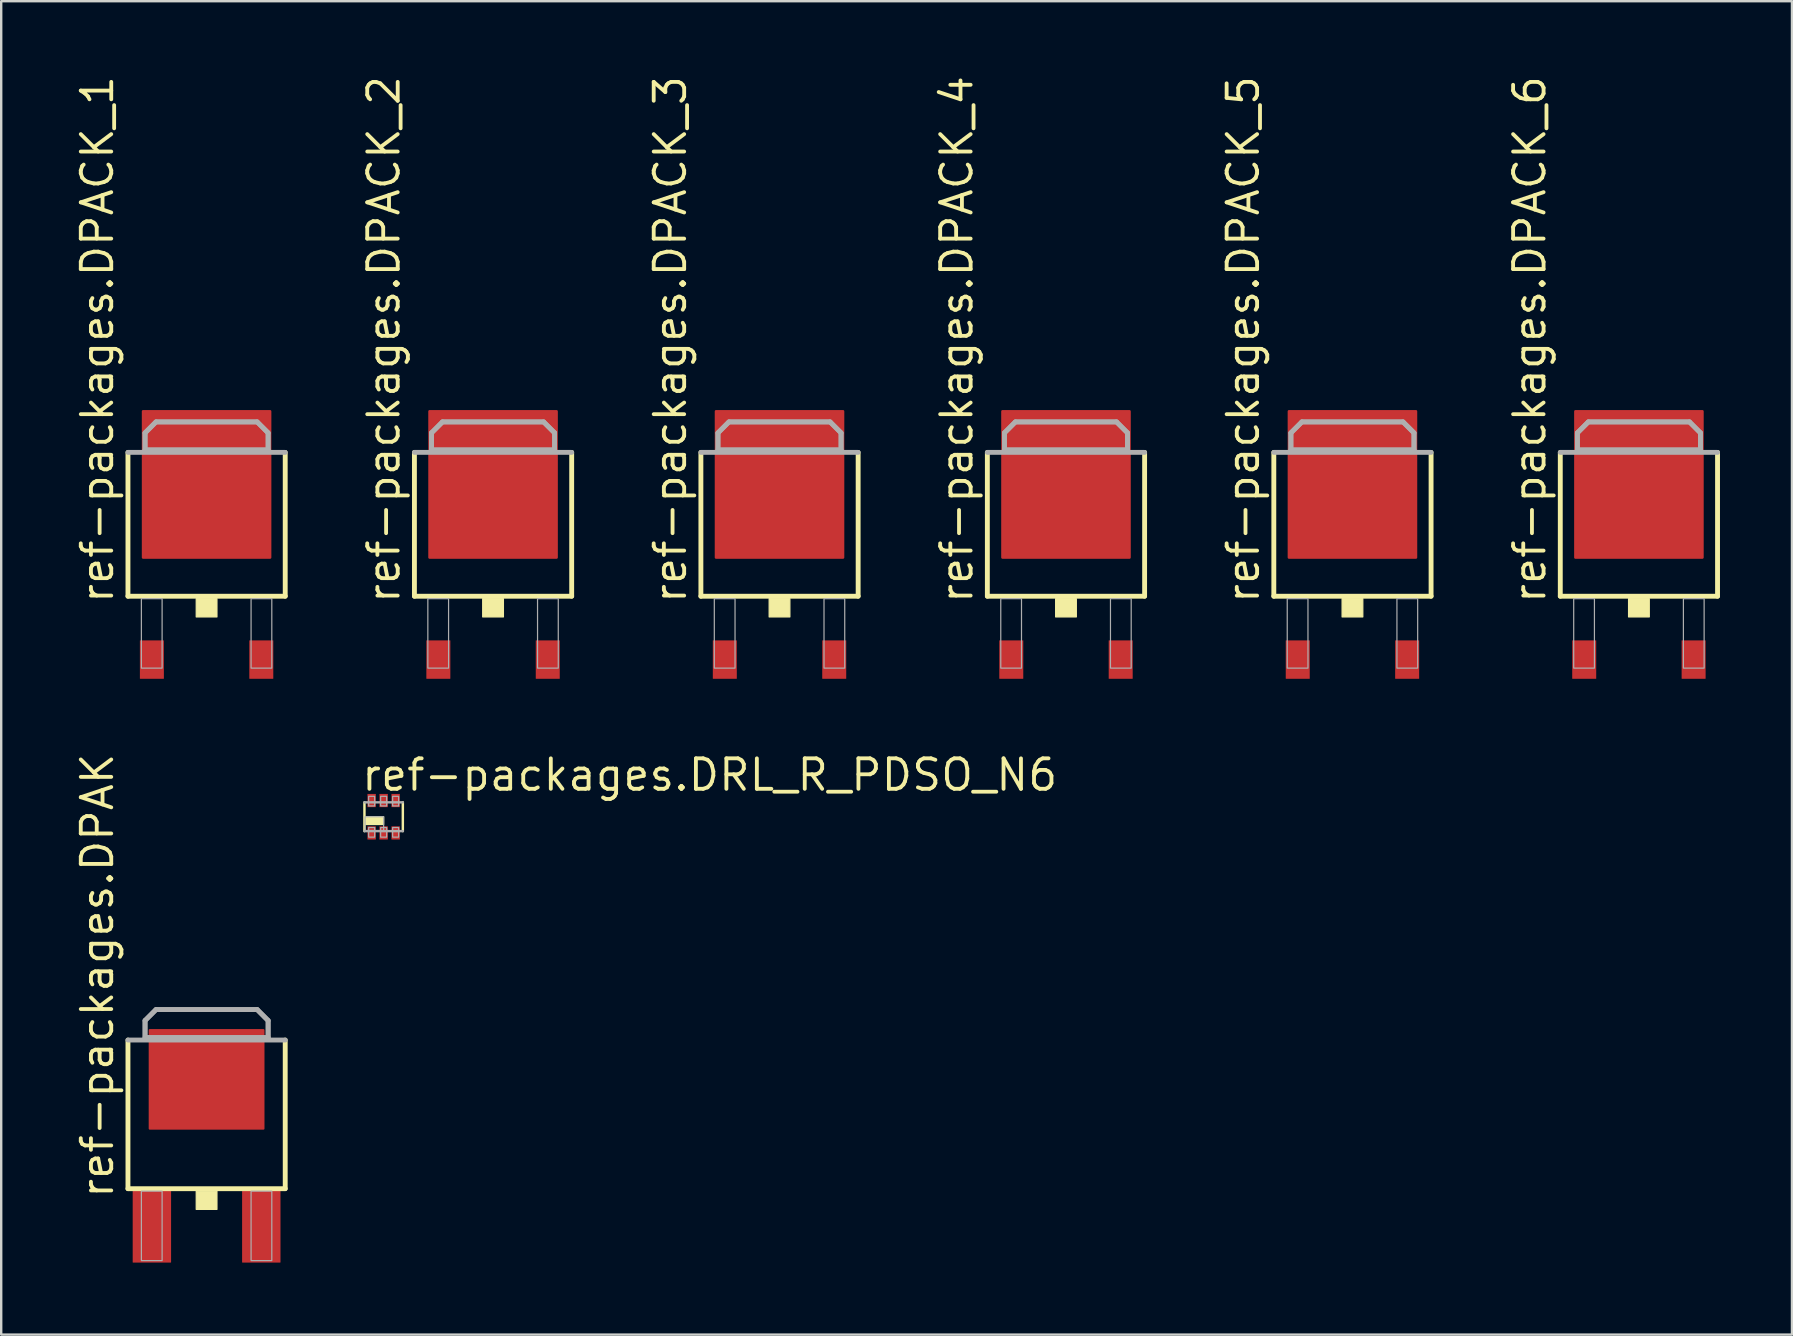
<source format=kicad_pcb>
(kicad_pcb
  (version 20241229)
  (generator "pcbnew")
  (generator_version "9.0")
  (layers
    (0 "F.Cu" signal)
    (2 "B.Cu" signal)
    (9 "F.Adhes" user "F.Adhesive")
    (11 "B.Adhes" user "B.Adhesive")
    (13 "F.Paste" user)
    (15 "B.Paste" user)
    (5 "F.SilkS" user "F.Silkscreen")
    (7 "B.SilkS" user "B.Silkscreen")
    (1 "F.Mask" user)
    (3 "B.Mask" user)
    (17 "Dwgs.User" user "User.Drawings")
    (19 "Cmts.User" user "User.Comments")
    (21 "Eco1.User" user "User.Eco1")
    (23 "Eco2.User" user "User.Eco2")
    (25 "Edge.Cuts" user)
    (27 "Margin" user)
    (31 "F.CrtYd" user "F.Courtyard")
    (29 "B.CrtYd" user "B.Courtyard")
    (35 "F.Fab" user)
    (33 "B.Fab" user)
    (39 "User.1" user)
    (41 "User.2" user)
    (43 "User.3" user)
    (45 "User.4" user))
  (footprint "ref-packages.DPACK_5"
    (layer "F.Cu")
    (at 53.316 19.639)
    (property "Reference" "ref-packages.DPACK_5" (at -3.81 2.54 90) (layer "F.SilkS") (effects (font (size 1.27 1.27) (thickness 0.16)) (justify left bottom)))
    (attr smd)
    (fp_line (start -3.277 2.159) (end -3.277 -3.835) (stroke (width 0.203) (type default)) (layer "F.SilkS"))
    (fp_line (start 3.277 -3.835) (end 3.277 2.159) (stroke (width 0.203) (type default)) (layer "F.SilkS"))
    (fp_line (start 3.277 2.159) (end -3.277 2.159) (stroke (width 0.203) (type default)) (layer "F.SilkS"))
    (fp_rect (start -0.432 3.023) (end 0.432 2.261) (stroke (width 0.05) (type default)) (fill yes) (layer "F.SilkS"))
    (fp_line (start -3.277 -3.835) (end 3.277 -3.835) (stroke (width 0.203) (type default)) (layer "F.Fab"))
    (fp_line (start -2.565 -4.648) (end -2.108 -5.105) (stroke (width 0.203) (type default)) (layer "F.Fab"))
    (fp_line (start -2.565 -3.937) (end -2.565 -4.648) (stroke (width 0.203) (type default)) (layer "F.Fab"))
    (fp_line (start -2.108 -5.105) (end 2.108 -5.105) (stroke (width 0.203) (type default)) (layer "F.Fab"))
    (fp_line (start 2.108 -5.105) (end 2.565 -4.648) (stroke (width 0.203) (type default)) (layer "F.Fab"))
    (fp_line (start 2.565 -4.648) (end 2.565 -3.937) (stroke (width 0.203) (type default)) (layer "F.Fab"))
    (fp_line (start 2.565 -3.937) (end -2.565 -3.937) (stroke (width 0.203) (type default)) (layer "F.Fab"))
    (fp_rect (start -2.718 5.156) (end -1.854 2.261) (stroke (width 0.05) (type default)) (fill no) (layer "F.Fab"))
    (fp_rect (start 1.854 5.156) (end 2.718 2.261) (stroke (width 0.05) (type default)) (fill no) (layer "F.Fab"))
    (fp_poly (pts (xy -2.565 -3.937) (xy -2.565 -4.648) (xy -2.108 -5.105) (xy 2.108 -5.105) (xy 2.565 -4.648) (xy 2.565 -3.937)) (stroke (width 0.2) (type default)) (fill no) (layer "F.Fab"))
    (pad "A" smd roundrect (at 0 -2.5) (size 5.4 6.2) (layers "F.Cu" "F.Mask" "F.Paste") (roundrect_rratio 0.01))
    (pad "C" smd roundrect (at 2.28 4.8) (size 1 1.6) (layers "F.Cu" "F.Mask" "F.Paste") (roundrect_rratio 0.01))
    (pad "G" smd roundrect (at -2.28 4.8) (size 1 1.6) (layers "F.Cu" "F.Mask" "F.Paste") (roundrect_rratio 0.01)))
  (footprint "ref-packages.DPAK"
    (layer "F.Cu")
    (at 5.56 44.031)
    (property "Reference" "ref-packages.DPAK" (at -3.81 2.94 90) (layer "F.SilkS") (effects (font (size 1.27 1.27) (thickness 0.16)) (justify left bottom)))
    (attr smd)
    (fp_line (start -3.277 2.459) (end -3.277 -3.735) (stroke (width 0.203) (type default)) (layer "F.SilkS"))
    (fp_line (start 3.277 -3.735) (end 3.277 2.459) (stroke (width 0.203) (type default)) (layer "F.SilkS"))
    (fp_line (start 3.277 2.459) (end -3.277 2.459) (stroke (width 0.203) (type default)) (layer "F.SilkS"))
    (fp_rect (start -0.432 3.323) (end 0.432 2.561) (stroke (width 0.05) (type default)) (fill yes) (layer "F.SilkS"))
    (fp_line (start -3.277 -3.735) (end 3.277 -3.735) (stroke (width 0.203) (type default)) (layer "F.Fab"))
    (fp_line (start -2.565 -4.548) (end -2.108 -5.005) (stroke (width 0.203) (type default)) (layer "F.Fab"))
    (fp_line (start -2.565 -3.837) (end -2.565 -4.548) (stroke (width 0.203) (type default)) (layer "F.Fab"))
    (fp_line (start -2.108 -5.005) (end 2.108 -5.005) (stroke (width 0.203) (type default)) (layer "F.Fab"))
    (fp_line (start 2.108 -5.005) (end 2.565 -4.548) (stroke (width 0.203) (type default)) (layer "F.Fab"))
    (fp_line (start 2.565 -4.548) (end 2.565 -3.837) (stroke (width 0.203) (type default)) (layer "F.Fab"))
    (fp_line (start 2.565 -3.837) (end -2.565 -3.837) (stroke (width 0.203) (type default)) (layer "F.Fab"))
    (fp_rect (start -2.718 5.456) (end -1.854 2.561) (stroke (width 0.05) (type default)) (fill no) (layer "F.Fab"))
    (fp_rect (start 1.854 5.456) (end 2.718 2.561) (stroke (width 0.05) (type default)) (fill no) (layer "F.Fab"))
    (fp_poly (pts (xy -2.565 -3.837) (xy -2.565 -4.548) (xy -2.108 -5.005) (xy 2.108 -5.005) (xy 2.565 -4.548) (xy 2.565 -3.837)) (stroke (width 0.2) (type default)) (fill no) (layer "F.Fab"))
    (pad "1" smd roundrect (at -2.28 4.04) (size 1.6 3) (layers "F.Cu" "F.Mask" "F.Paste") (roundrect_rratio 0.01))
    (pad "3" smd roundrect (at 2.28 4.04) (size 1.6 3) (layers "F.Cu" "F.Mask" "F.Paste") (roundrect_rratio 0.01))
    (pad "4" smd roundrect (at 0 -2.096) (size 4.826 4.191) (layers "F.Cu" "F.Mask" "F.Paste") (roundrect_rratio 0.01)))
  (footprint "ref-packages.DRL_R_PDSO_N6"
    (layer "F.Cu")
    (at 12.939 30.989)
    (property "Reference" "ref-packages.DRL_R_PDSO_N6" (at -1 -1 0) (layer "F.SilkS") (effects (font (size 1.27 1.27) (thickness 0.16)) (justify left bottom)))
    (attr smd)
    (fp_rect (start -0.7 -0.375) (end -0.3 -0.975) (stroke (width 0.05) (type default)) (fill yes) (layer "F.Mask"))
    (fp_rect (start -0.7 0.975) (end -0.3 0.375) (stroke (width 0.05) (type default)) (fill yes) (layer "F.Mask"))
    (fp_rect (start -0.2 -0.375) (end 0.2 -0.975) (stroke (width 0.05) (type default)) (fill yes) (layer "F.Mask"))
    (fp_rect (start -0.2 0.975) (end 0.2 0.375) (stroke (width 0.05) (type default)) (fill yes) (layer "F.Mask"))
    (fp_rect (start 0.3 -0.375) (end 0.7 -0.975) (stroke (width 0.05) (type default)) (fill yes) (layer "F.Mask"))
    (fp_rect (start 0.3 0.975) (end 0.7 0.375) (stroke (width 0.05) (type default)) (fill yes) (layer "F.Mask"))
    (fp_line (start -0.8 0.6) (end -0.8 -0.6) (stroke (width 0.102) (type default)) (layer "F.SilkS"))
    (fp_line (start 0.8 -0.6) (end 0.8 0.6) (stroke (width 0.102) (type default)) (layer "F.SilkS"))
    (fp_rect (start -0.75 0.325) (end 0 0) (stroke (width 0.05) (type default)) (fill yes) (layer "F.SilkS"))
    (fp_line (start -0.8 -0.6) (end 0.8 -0.6) (stroke (width 0.102) (type default)) (layer "F.Fab"))
    (fp_line (start 0.8 0.6) (end -0.8 0.6) (stroke (width 0.102) (type default)) (layer "F.Fab"))
    (fp_rect (start -0.775 0.575) (end 0 0) (stroke (width 0.05) (type default)) (fill no) (layer "F.Fab"))
    (fp_rect (start -0.625 -0.45) (end -0.375 -0.85) (stroke (width 0.05) (type default)) (fill no) (layer "F.Fab"))
    (fp_rect (start -0.625 0.85) (end -0.375 0.45) (stroke (width 0.05) (type default)) (fill no) (layer "F.Fab"))
    (fp_rect (start -0.125 -0.45) (end 0.125 -0.85) (stroke (width 0.05) (type default)) (fill no) (layer "F.Fab"))
    (fp_rect (start -0.125 0.85) (end 0.125 0.45) (stroke (width 0.05) (type default)) (fill no) (layer "F.Fab"))
    (fp_rect (start 0.375 -0.45) (end 0.625 -0.85) (stroke (width 0.05) (type default)) (fill no) (layer "F.Fab"))
    (fp_rect (start 0.375 0.85) (end 0.625 0.45) (stroke (width 0.05) (type default)) (fill no) (layer "F.Fab"))
    (pad "1" smd roundrect (at -0.5 0.675) (size 0.35 0.55) (layers "F.Cu" "F.Mask" "F.Paste") (roundrect_rratio 0.01))
    (pad "2" smd roundrect (at 0 0.675) (size 0.35 0.55) (layers "F.Cu" "F.Mask" "F.Paste") (roundrect_rratio 0.01))
    (pad "3" smd roundrect (at 0.5 0.675) (size 0.35 0.55) (layers "F.Cu" "F.Mask" "F.Paste") (roundrect_rratio 0.01))
    (pad "4" smd roundrect (at 0.5 -0.675 180) (size 0.35 0.55) (layers "F.Cu" "F.Mask" "F.Paste") (roundrect_rratio 0.01))
    (pad "5" smd roundrect (at 0 -0.675 180) (size 0.35 0.55) (layers "F.Cu" "F.Mask" "F.Paste") (roundrect_rratio 0.01))
    (pad "6" smd roundrect (at -0.5 -0.675 180) (size 0.35 0.55) (layers "F.Cu" "F.Mask" "F.Paste") (roundrect_rratio 0.01)))
  (footprint "ref-packages.DPACK_4"
    (layer "F.Cu")
    (at 41.377 19.639)
    (property "Reference" "ref-packages.DPACK_4" (at -3.81 2.54 90) (layer "F.SilkS") (effects (font (size 1.27 1.27) (thickness 0.16)) (justify left bottom)))
    (attr smd)
    (fp_line (start -3.277 2.159) (end -3.277 -3.835) (stroke (width 0.203) (type default)) (layer "F.SilkS"))
    (fp_line (start 3.277 -3.835) (end 3.277 2.159) (stroke (width 0.203) (type default)) (layer "F.SilkS"))
    (fp_line (start 3.277 2.159) (end -3.277 2.159) (stroke (width 0.203) (type default)) (layer "F.SilkS"))
    (fp_rect (start -0.432 3.023) (end 0.432 2.261) (stroke (width 0.05) (type default)) (fill yes) (layer "F.SilkS"))
    (fp_line (start -3.277 -3.835) (end 3.277 -3.835) (stroke (width 0.203) (type default)) (layer "F.Fab"))
    (fp_line (start -2.565 -4.648) (end -2.108 -5.105) (stroke (width 0.203) (type default)) (layer "F.Fab"))
    (fp_line (start -2.565 -3.937) (end -2.565 -4.648) (stroke (width 0.203) (type default)) (layer "F.Fab"))
    (fp_line (start -2.108 -5.105) (end 2.108 -5.105) (stroke (width 0.203) (type default)) (layer "F.Fab"))
    (fp_line (start 2.108 -5.105) (end 2.565 -4.648) (stroke (width 0.203) (type default)) (layer "F.Fab"))
    (fp_line (start 2.565 -4.648) (end 2.565 -3.937) (stroke (width 0.203) (type default)) (layer "F.Fab"))
    (fp_line (start 2.565 -3.937) (end -2.565 -3.937) (stroke (width 0.203) (type default)) (layer "F.Fab"))
    (fp_rect (start -2.718 5.156) (end -1.854 2.261) (stroke (width 0.05) (type default)) (fill no) (layer "F.Fab"))
    (fp_rect (start 1.854 5.156) (end 2.718 2.261) (stroke (width 0.05) (type default)) (fill no) (layer "F.Fab"))
    (fp_poly (pts (xy -2.565 -3.937) (xy -2.565 -4.648) (xy -2.108 -5.105) (xy 2.108 -5.105) (xy 2.565 -4.648) (xy 2.565 -3.937)) (stroke (width 0.2) (type default)) (fill no) (layer "F.Fab"))
    (pad "A" smd roundrect (at 0 -2.5) (size 5.4 6.2) (layers "F.Cu" "F.Mask" "F.Paste") (roundrect_rratio 0.01))
    (pad "C" smd roundrect (at -2.28 4.8) (size 1 1.6) (layers "F.Cu" "F.Mask" "F.Paste") (roundrect_rratio 0.01))
    (pad "G" smd roundrect (at 2.28 4.8) (size 1 1.6) (layers "F.Cu" "F.Mask" "F.Paste") (roundrect_rratio 0.01)))
  (footprint "ref-packages.DPACK_3"
    (layer "F.Cu")
    (at 29.438 19.639)
    (property "Reference" "ref-packages.DPACK_3" (at -3.81 2.54 90) (layer "F.SilkS") (effects (font (size 1.27 1.27) (thickness 0.16)) (justify left bottom)))
    (attr smd)
    (fp_line (start -3.277 2.159) (end -3.277 -3.835) (stroke (width 0.203) (type default)) (layer "F.SilkS"))
    (fp_line (start 3.277 -3.835) (end 3.277 2.159) (stroke (width 0.203) (type default)) (layer "F.SilkS"))
    (fp_line (start 3.277 2.159) (end -3.277 2.159) (stroke (width 0.203) (type default)) (layer "F.SilkS"))
    (fp_rect (start -0.432 3.023) (end 0.432 2.261) (stroke (width 0.05) (type default)) (fill yes) (layer "F.SilkS"))
    (fp_line (start -3.277 -3.835) (end 3.277 -3.835) (stroke (width 0.203) (type default)) (layer "F.Fab"))
    (fp_line (start -2.565 -4.648) (end -2.108 -5.105) (stroke (width 0.203) (type default)) (layer "F.Fab"))
    (fp_line (start -2.565 -3.937) (end -2.565 -4.648) (stroke (width 0.203) (type default)) (layer "F.Fab"))
    (fp_line (start -2.108 -5.105) (end 2.108 -5.105) (stroke (width 0.203) (type default)) (layer "F.Fab"))
    (fp_line (start 2.108 -5.105) (end 2.565 -4.648) (stroke (width 0.203) (type default)) (layer "F.Fab"))
    (fp_line (start 2.565 -4.648) (end 2.565 -3.937) (stroke (width 0.203) (type default)) (layer "F.Fab"))
    (fp_line (start 2.565 -3.937) (end -2.565 -3.937) (stroke (width 0.203) (type default)) (layer "F.Fab"))
    (fp_rect (start -2.718 5.156) (end -1.854 2.261) (stroke (width 0.05) (type default)) (fill no) (layer "F.Fab"))
    (fp_rect (start 1.854 5.156) (end 2.718 2.261) (stroke (width 0.05) (type default)) (fill no) (layer "F.Fab"))
    (fp_poly (pts (xy -2.565 -3.937) (xy -2.565 -4.648) (xy -2.108 -5.105) (xy 2.108 -5.105) (xy 2.565 -4.648) (xy 2.565 -3.937)) (stroke (width 0.2) (type default)) (fill no) (layer "F.Fab"))
    (pad "A1" smd roundrect (at -2.28 4.8) (size 1 1.6) (layers "F.Cu" "F.Mask" "F.Paste") (roundrect_rratio 0.01))
    (pad "A2" smd roundrect (at 2.28 4.8) (size 1 1.6) (layers "F.Cu" "F.Mask" "F.Paste") (roundrect_rratio 0.01))
    (pad "C" smd roundrect (at 0 -2.5) (size 5.4 6.2) (layers "F.Cu" "F.Mask" "F.Paste") (roundrect_rratio 0.01)))
  (footprint "ref-packages.DPACK_6"
    (layer "F.Cu")
    (at 65.255 19.639)
    (property "Reference" "ref-packages.DPACK_6" (at -3.81 2.54 90) (layer "F.SilkS") (effects (font (size 1.27 1.27) (thickness 0.16)) (justify left bottom)))
    (attr smd)
    (fp_line (start -3.277 2.159) (end -3.277 -3.835) (stroke (width 0.203) (type default)) (layer "F.SilkS"))
    (fp_line (start 3.277 -3.835) (end 3.277 2.159) (stroke (width 0.203) (type default)) (layer "F.SilkS"))
    (fp_line (start 3.277 2.159) (end -3.277 2.159) (stroke (width 0.203) (type default)) (layer "F.SilkS"))
    (fp_rect (start -0.432 3.023) (end 0.432 2.261) (stroke (width 0.05) (type default)) (fill yes) (layer "F.SilkS"))
    (fp_line (start -3.277 -3.835) (end 3.277 -3.835) (stroke (width 0.203) (type default)) (layer "F.Fab"))
    (fp_line (start -2.565 -4.648) (end -2.108 -5.105) (stroke (width 0.203) (type default)) (layer "F.Fab"))
    (fp_line (start -2.565 -3.937) (end -2.565 -4.648) (stroke (width 0.203) (type default)) (layer "F.Fab"))
    (fp_line (start -2.108 -5.105) (end 2.108 -5.105) (stroke (width 0.203) (type default)) (layer "F.Fab"))
    (fp_line (start 2.108 -5.105) (end 2.565 -4.648) (stroke (width 0.203) (type default)) (layer "F.Fab"))
    (fp_line (start 2.565 -4.648) (end 2.565 -3.937) (stroke (width 0.203) (type default)) (layer "F.Fab"))
    (fp_line (start 2.565 -3.937) (end -2.565 -3.937) (stroke (width 0.203) (type default)) (layer "F.Fab"))
    (fp_rect (start -2.718 5.156) (end -1.854 2.261) (stroke (width 0.05) (type default)) (fill no) (layer "F.Fab"))
    (fp_rect (start 1.854 5.156) (end 2.718 2.261) (stroke (width 0.05) (type default)) (fill no) (layer "F.Fab"))
    (fp_poly (pts (xy -2.565 -3.937) (xy -2.565 -4.648) (xy -2.108 -5.105) (xy 2.108 -5.105) (xy 2.565 -4.648) (xy 2.565 -3.937)) (stroke (width 0.2) (type default)) (fill no) (layer "F.Fab"))
    (pad "G" smd roundrect (at 2.28 4.8) (size 1 1.6) (layers "F.Cu" "F.Mask" "F.Paste") (roundrect_rratio 0.01))
    (pad "MT1" smd roundrect (at -2.28 4.8) (size 1 1.6) (layers "F.Cu" "F.Mask" "F.Paste") (roundrect_rratio 0.01))
    (pad "MT2" smd roundrect (at 0 -2.5) (size 5.4 6.2) (layers "F.Cu" "F.Mask" "F.Paste") (roundrect_rratio 0.01)))
  (footprint "ref-packages.DPACK_1"
    (layer "F.Cu")
    (at 5.56 19.639)
    (property "Reference" "ref-packages.DPACK_1" (at -3.81 2.54 90) (layer "F.SilkS") (effects (font (size 1.27 1.27) (thickness 0.16)) (justify left bottom)))
    (attr smd)
    (fp_line (start -3.277 2.159) (end -3.277 -3.835) (stroke (width 0.203) (type default)) (layer "F.SilkS"))
    (fp_line (start 3.277 -3.835) (end 3.277 2.159) (stroke (width 0.203) (type default)) (layer "F.SilkS"))
    (fp_line (start 3.277 2.159) (end -3.277 2.159) (stroke (width 0.203) (type default)) (layer "F.SilkS"))
    (fp_rect (start -0.432 3.023) (end 0.432 2.261) (stroke (width 0.05) (type default)) (fill yes) (layer "F.SilkS"))
    (fp_line (start -3.277 -3.835) (end 3.277 -3.835) (stroke (width 0.203) (type default)) (layer "F.Fab"))
    (fp_line (start -2.565 -4.648) (end -2.108 -5.105) (stroke (width 0.203) (type default)) (layer "F.Fab"))
    (fp_line (start -2.565 -3.937) (end -2.565 -4.648) (stroke (width 0.203) (type default)) (layer "F.Fab"))
    (fp_line (start -2.108 -5.105) (end 2.108 -5.105) (stroke (width 0.203) (type default)) (layer "F.Fab"))
    (fp_line (start 2.108 -5.105) (end 2.565 -4.648) (stroke (width 0.203) (type default)) (layer "F.Fab"))
    (fp_line (start 2.565 -4.648) (end 2.565 -3.937) (stroke (width 0.203) (type default)) (layer "F.Fab"))
    (fp_line (start 2.565 -3.937) (end -2.565 -3.937) (stroke (width 0.203) (type default)) (layer "F.Fab"))
    (fp_rect (start -2.718 5.156) (end -1.854 2.261) (stroke (width 0.05) (type default)) (fill no) (layer "F.Fab"))
    (fp_rect (start 1.854 5.156) (end 2.718 2.261) (stroke (width 0.05) (type default)) (fill no) (layer "F.Fab"))
    (fp_poly (pts (xy -2.565 -3.937) (xy -2.565 -4.648) (xy -2.108 -5.105) (xy 2.108 -5.105) (xy 2.565 -4.648) (xy 2.565 -3.937)) (stroke (width 0.2) (type default)) (fill no) (layer "F.Fab"))
    (pad "B" smd roundrect (at -2.28 4.8) (size 1 1.6) (layers "F.Cu" "F.Mask" "F.Paste") (roundrect_rratio 0.01))
    (pad "C" smd roundrect (at 0 -2.5) (size 5.4 6.2) (layers "F.Cu" "F.Mask" "F.Paste") (roundrect_rratio 0.01))
    (pad "E" smd roundrect (at 2.28 4.8) (size 1 1.6) (layers "F.Cu" "F.Mask" "F.Paste") (roundrect_rratio 0.01)))
  (footprint "ref-packages.DPACK_2"
    (layer "F.Cu")
    (at 17.499 19.639)
    (property "Reference" "ref-packages.DPACK_2" (at -3.81 2.54 90) (layer "F.SilkS") (effects (font (size 1.27 1.27) (thickness 0.16)) (justify left bottom)))
    (attr smd)
    (fp_line (start -3.277 2.159) (end -3.277 -3.835) (stroke (width 0.203) (type default)) (layer "F.SilkS"))
    (fp_line (start 3.277 -3.835) (end 3.277 2.159) (stroke (width 0.203) (type default)) (layer "F.SilkS"))
    (fp_line (start 3.277 2.159) (end -3.277 2.159) (stroke (width 0.203) (type default)) (layer "F.SilkS"))
    (fp_rect (start -0.432 3.023) (end 0.432 2.261) (stroke (width 0.05) (type default)) (fill yes) (layer "F.SilkS"))
    (fp_line (start -3.277 -3.835) (end 3.277 -3.835) (stroke (width 0.203) (type default)) (layer "F.Fab"))
    (fp_line (start -2.565 -4.648) (end -2.108 -5.105) (stroke (width 0.203) (type default)) (layer "F.Fab"))
    (fp_line (start -2.565 -3.937) (end -2.565 -4.648) (stroke (width 0.203) (type default)) (layer "F.Fab"))
    (fp_line (start -2.108 -5.105) (end 2.108 -5.105) (stroke (width 0.203) (type default)) (layer "F.Fab"))
    (fp_line (start 2.108 -5.105) (end 2.565 -4.648) (stroke (width 0.203) (type default)) (layer "F.Fab"))
    (fp_line (start 2.565 -4.648) (end 2.565 -3.937) (stroke (width 0.203) (type default)) (layer "F.Fab"))
    (fp_line (start 2.565 -3.937) (end -2.565 -3.937) (stroke (width 0.203) (type default)) (layer "F.Fab"))
    (fp_rect (start -2.718 5.156) (end -1.854 2.261) (stroke (width 0.05) (type default)) (fill no) (layer "F.Fab"))
    (fp_rect (start 1.854 5.156) (end 2.718 2.261) (stroke (width 0.05) (type default)) (fill no) (layer "F.Fab"))
    (fp_poly (pts (xy -2.565 -3.937) (xy -2.565 -4.648) (xy -2.108 -5.105) (xy 2.108 -5.105) (xy 2.565 -4.648) (xy 2.565 -3.937)) (stroke (width 0.2) (type default)) (fill no) (layer "F.Fab"))
    (pad "D" smd roundrect (at 0 -2.5) (size 5.4 6.2) (layers "F.Cu" "F.Mask" "F.Paste") (roundrect_rratio 0.01))
    (pad "G" smd roundrect (at -2.28 4.8) (size 1 1.6) (layers "F.Cu" "F.Mask" "F.Paste") (roundrect_rratio 0.01))
    (pad "S" smd roundrect (at 2.28 4.8) (size 1 1.6) (layers "F.Cu" "F.Mask" "F.Paste") (roundrect_rratio 0.01)))
  (gr_rect
    (start -3 -3)
    (end 71.634 52.571)
    (stroke (width 0.1) (type default))
    (fill no)
    (layer "Edge.Cuts")))
</source>
